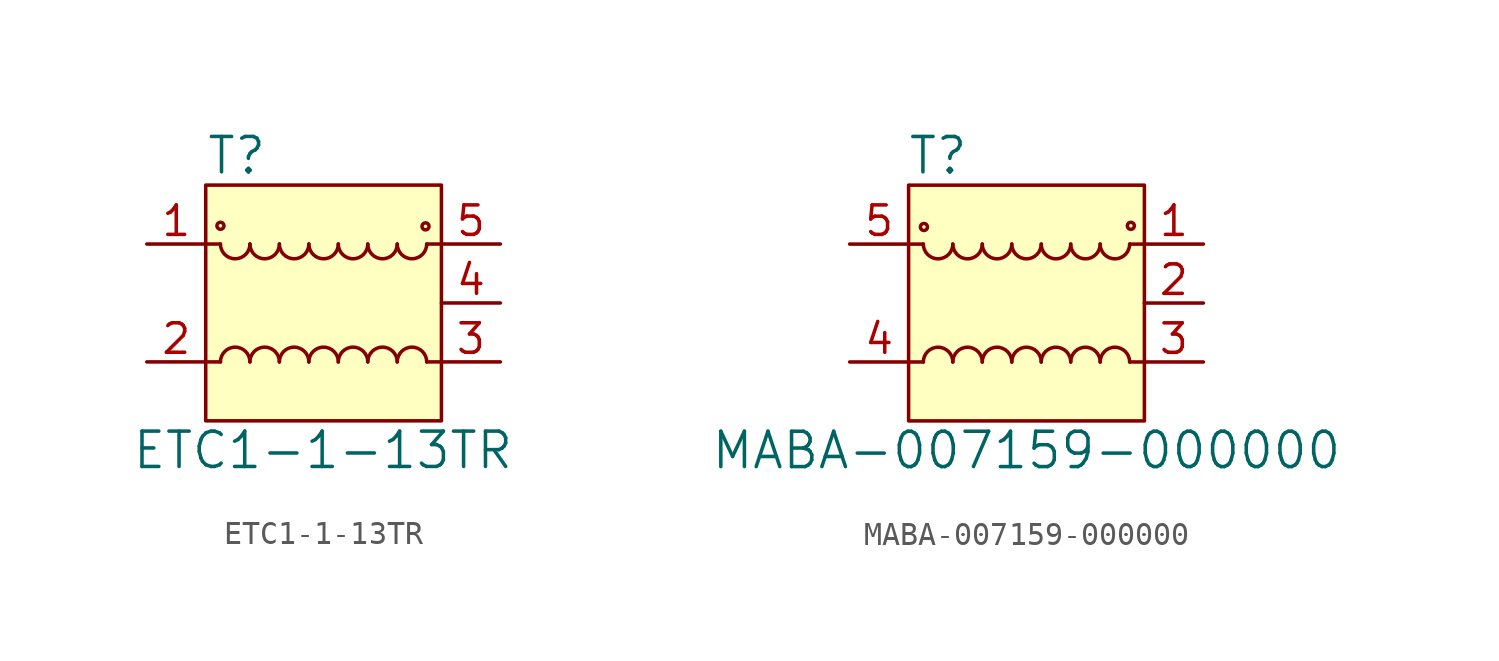
<source format=kicad_sym>
(kicad_symbol_lib
  (version 20231120)
  (generator "kicad_symbol_editor")
  (generator_version "8.0")
  (symbol "ETC1-1-13TR"
    (pin_names
      (offset 0))
    (property "Reference" "T"
      (at -5.08 6.35 0)
      (effects (font (size 1.524 1.524)) (justify left)))
    (property "Value" "ETC1-1-13TR"
      (at -0.025 -6.35 0)
      (effects (font (size 1.524 1.524))))
    (symbol "ETC1-1-13TR_0_1"
      (rectangle (start -5.08 5.08) (end 5.08 -5.08) (stroke (width 0) (type solid)) (fill (type background)))
      (arc (start -4.445 2.54) (mid -3.81 1.905) (end -3.175 2.54) (stroke (width 0) (type solid)) (fill (type none)))
      (circle (center -4.445 3.327) (radius 0.076) (stroke (width 0) (type solid)) (fill (type none)))
      (arc (start -3.175 -2.54) (mid -3.81 -1.905) (end -4.445 -2.54) (stroke (width 0) (type solid)) (fill (type none)))
      (arc (start -3.175 2.54) (mid -2.54 1.905) (end -1.905 2.54) (stroke (width 0) (type solid)) (fill (type none)))
      (arc (start -1.905 -2.54) (mid -2.54 -1.905) (end -3.175 -2.54) (stroke (width 0) (type solid)) (fill (type none)))
      (arc (start -1.905 2.54) (mid -1.27 1.905) (end -0.635 2.54) (stroke (width 0) (type solid)) (fill (type none)))
      (arc (start -0.635 -2.54) (mid -1.27 -1.905) (end -1.905 -2.54) (stroke (width 0) (type solid)) (fill (type none)))
      (arc (start -0.635 2.54) (mid 0 1.905) (end 0.635 2.54) (stroke (width 0) (type solid)) (fill (type none)))
      (polyline (pts (xy -5.08 -2.54) (xy -4.445 -2.54)) (stroke (width 0) (type solid)) (fill (type none)))
      (polyline (pts (xy -4.445 2.54) (xy -5.08 2.54)) (stroke (width 0) (type solid)) (fill (type none)))
      (polyline (pts (xy 4.445 2.54) (xy 5.08 2.54)) (stroke (width 0) (type solid)) (fill (type none)))
      (polyline (pts (xy 5.08 -2.54) (xy 4.445 -2.54)) (stroke (width 0) (type solid)) (fill (type none)))
      (arc (start 0.635 -2.54) (mid 0 -1.905) (end -0.635 -2.54) (stroke (width 0) (type solid)) (fill (type none)))
      (arc (start 0.635 2.54) (mid 1.27 1.905) (end 1.905 2.54) (stroke (width 0) (type solid)) (fill (type none)))
      (arc (start 1.905 -2.54) (mid 1.27 -1.905) (end 0.635 -2.54) (stroke (width 0) (type solid)) (fill (type none)))
      (arc (start 1.905 2.54) (mid 2.54 1.905) (end 3.175 2.54) (stroke (width 0) (type solid)) (fill (type none)))
      (arc (start 3.175 -2.54) (mid 2.54 -1.905) (end 1.905 -2.54) (stroke (width 0) (type solid)) (fill (type none)))
      (arc (start 3.175 2.54) (mid 3.81 1.905) (end 4.445 2.54) (stroke (width 0) (type solid)) (fill (type none)))
      (circle (center 4.394 3.302) (radius 0.076) (stroke (width 0) (type solid)) (fill (type none)))
      (arc (start 4.445 -2.54) (mid 3.81 -1.905) (end 3.175 -2.54) (stroke (width 0) (type solid)) (fill (type none))))
    (symbol "ETC1-1-13TR_1_1"
      (pin passive line (at -7.62 2.54 0) (length 2.54) (name "~" (effects (font (size 1.27 1.27)))) (number "1" (effects (font (size 1.27 1.27)))))
      (pin passive line (at -7.62 -2.54 0) (length 2.54) (name "~" (effects (font (size 1.27 1.27)))) (number "2" (effects (font (size 1.27 1.27)))))
      (pin passive line (at 7.62 -2.54 180) (length 2.54) (name "~" (effects (font (size 1.27 1.27)))) (number "3" (effects (font (size 1.27 1.27)))))
      (pin unspecified line (at 7.62 0 180) (length 2.54) (name "~" (effects (font (size 1.27 1.27)))) (number "4" (effects (font (size 1.27 1.27)))))
      (pin passive line (at 7.62 2.54 180) (length 2.54) (name "~" (effects (font (size 1.27 1.27)))) (number "5" (effects (font (size 1.27 1.27)))))))
  (symbol "MABA-007159-000000"
    (pin_names
      (offset 1.016))
    (property "Reference" "T"
      (at -3.81 6.35 0)
      (effects (font (size 1.524 1.524))))
    (property "Value" "MABA-007159-000000"
      (at 0 -6.35 0)
      (effects (font (size 1.524 1.524))))
    (symbol "MABA-007159-000000_0_1"
      (rectangle (start -5.08 5.08) (end 5.08 -5.08) (stroke (width 0) (type solid)) (fill (type background)))
      (arc (start -4.445 2.54) (mid -3.81 1.905) (end -3.175 2.54) (stroke (width 0) (type solid)) (fill (type none)))
      (circle (center -4.42 3.277) (radius 0.076) (stroke (width 0) (type solid)) (fill (type none)))
      (arc (start -3.175 -2.54) (mid -3.81 -1.905) (end -4.445 -2.54) (stroke (width 0) (type solid)) (fill (type none)))
      (arc (start -3.175 2.54) (mid -2.54 1.905) (end -1.905 2.54) (stroke (width 0) (type solid)) (fill (type none)))
      (arc (start -1.905 -2.54) (mid -2.54 -1.905) (end -3.175 -2.54) (stroke (width 0) (type solid)) (fill (type none)))
      (arc (start -1.905 2.54) (mid -1.27 1.905) (end -0.635 2.54) (stroke (width 0) (type solid)) (fill (type none)))
      (arc (start -0.635 -2.54) (mid -1.27 -1.905) (end -1.905 -2.54) (stroke (width 0) (type solid)) (fill (type none)))
      (arc (start -0.635 2.54) (mid 0 1.905) (end 0.635 2.54) (stroke (width 0) (type solid)) (fill (type none)))
      (polyline (pts (xy -5.08 -2.54) (xy -4.445 -2.54)) (stroke (width 0) (type solid)) (fill (type none)))
      (polyline (pts (xy -4.445 2.54) (xy -5.08 2.54)) (stroke (width 0) (type solid)) (fill (type none)))
      (polyline (pts (xy 4.445 2.54) (xy 5.08 2.54)) (stroke (width 0) (type solid)) (fill (type none)))
      (polyline (pts (xy 5.08 -2.54) (xy 4.445 -2.54)) (stroke (width 0) (type solid)) (fill (type none)))
      (arc (start 0.635 -2.54) (mid 0 -1.905) (end -0.635 -2.54) (stroke (width 0) (type solid)) (fill (type none)))
      (arc (start 0.635 2.54) (mid 1.27 1.905) (end 1.905 2.54) (stroke (width 0) (type solid)) (fill (type none)))
      (arc (start 1.905 -2.54) (mid 1.27 -1.905) (end 0.635 -2.54) (stroke (width 0) (type solid)) (fill (type none)))
      (arc (start 1.905 2.54) (mid 2.54 1.905) (end 3.175 2.54) (stroke (width 0) (type solid)) (fill (type none)))
      (arc (start 3.175 -2.54) (mid 2.54 -1.905) (end 1.905 -2.54) (stroke (width 0) (type solid)) (fill (type none)))
      (arc (start 3.175 2.54) (mid 3.81 1.905) (end 4.445 2.54) (stroke (width 0) (type solid)) (fill (type none)))
      (arc (start 4.445 -2.54) (mid 3.81 -1.905) (end 3.175 -2.54) (stroke (width 0) (type solid)) (fill (type none)))
      (circle (center 4.496 3.327) (radius 0.076) (stroke (width 0) (type solid)) (fill (type none))))
    (symbol "MABA-007159-000000_1_0"
      (pin unspecified line (at 7.62 0 180) (length 2.54) (name "~" (effects (font (size 1.27 1.27)))) (number "2" (effects (font (size 1.27 1.27))))))
    (symbol "MABA-007159-000000_1_1"
      (pin passive line (at 7.62 2.54 180) (length 2.54) (name "~" (effects (font (size 1.27 1.27)))) (number "1" (effects (font (size 1.27 1.27)))))
      (pin passive line (at 7.62 -2.54 180) (length 2.54) (name "~" (effects (font (size 1.27 1.27)))) (number "3" (effects (font (size 1.27 1.27)))))
      (pin passive line (at -7.62 -2.54 0) (length 2.54) (name "~" (effects (font (size 1.27 1.27)))) (number "4" (effects (font (size 1.27 1.27)))))
      (pin passive line (at -7.62 2.54 0) (length 2.54) (name "~" (effects (font (size 1.27 1.27)))) (number "5" (effects (font (size 1.27 1.27))))))))
</source>
